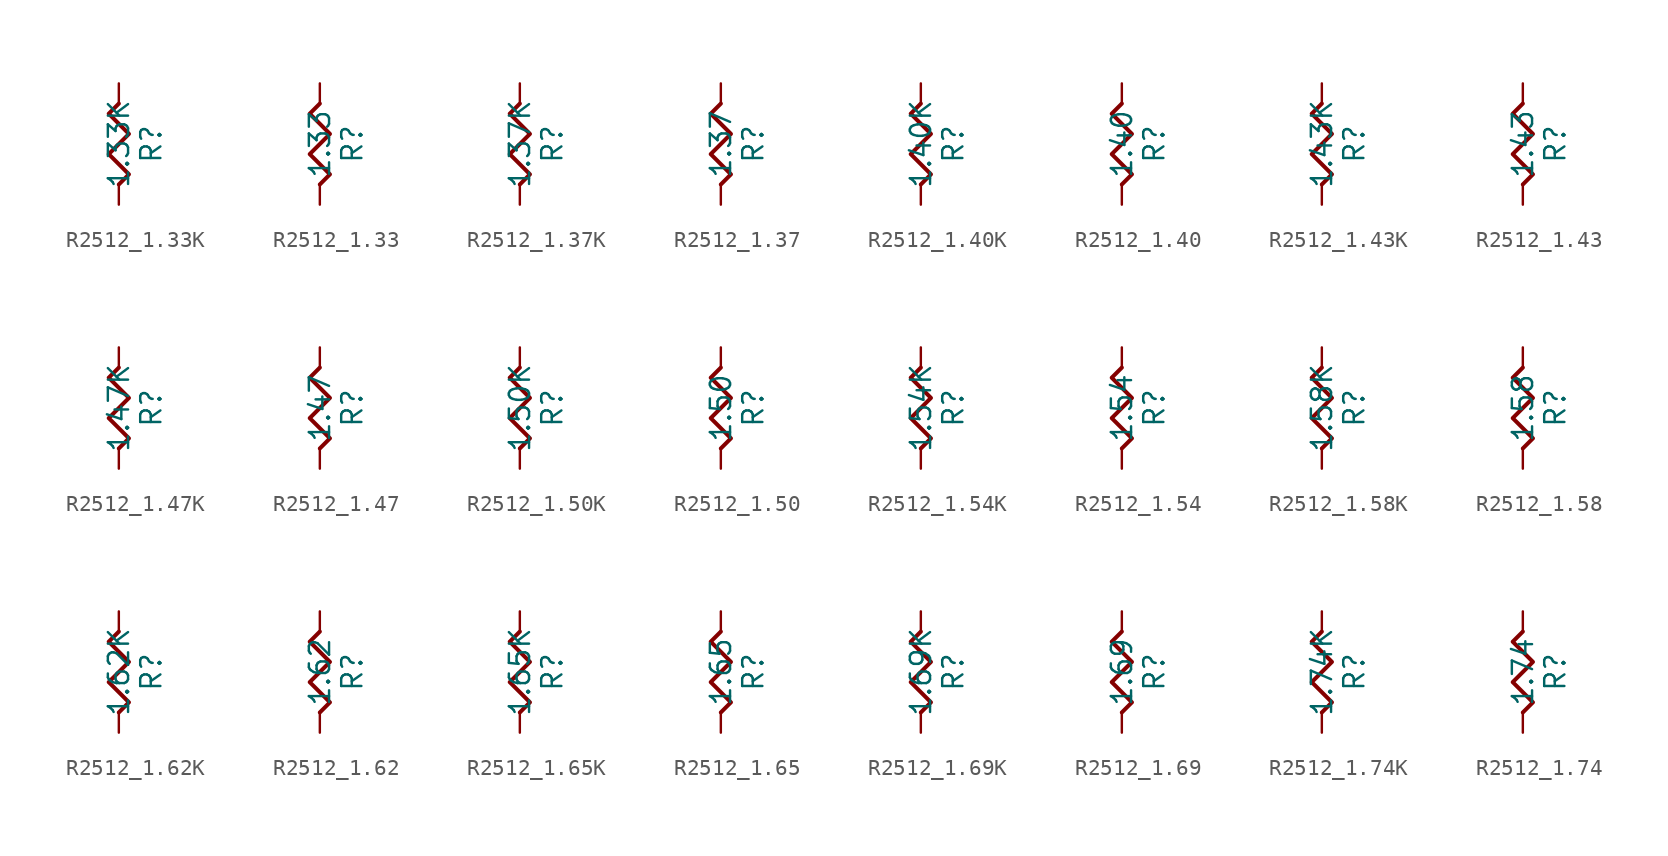
<source format=kicad_sym>
(kicad_symbol_lib
  (version 20211014)
  (generator atlantix-eda)
  (symbol "R2512_1.33K"
    (pin_numbers hide)
    (pin_names
      (offset 0))
    (property "Reference" "R"
      (at 2.032 0 90)
      (effects (font (size 1.27 1.27))))
    (property "Value" "1.33K"
      (at 0 0 90)
      (effects (font (size 1.27 1.27))))
    (symbol "R2512_1.33K_0_1"
      (polyline (pts (xy 0 -2.54) (xy 0.635 -1.905) (xy -0.635 -0.635) (xy 0.635 0.635) (xy -0.635 1.905) (xy 0 2.54)) (stroke (width 0.254) (type default) (color 0 0 0 0)) (fill (type none))))
    (symbol "R2512_1.33K_1_1"
      (pin passive line (at 0 3.81 270) (length 1.27) (name "~" (effects (font (size 1.27 1.27)))) (number "1" (effects (font (size 1.27 1.27)))))
      (pin passive line (at 0 -3.81 90) (length 1.27) (name "~" (effects (font (size 1.27 1.27)))) (number "2" (effects (font (size 1.27 1.27)))))))
  (symbol "R2512_1.33"
    (pin_numbers hide)
    (pin_names
      (offset 0))
    (property "Reference" "R"
      (at 2.032 0 90)
      (effects (font (size 1.27 1.27))))
    (property "Value" "1.33"
      (at 0 0 90)
      (effects (font (size 1.27 1.27))))
    (symbol "R2512_1.33_0_1"
      (polyline (pts (xy 0 -2.54) (xy 0.635 -1.905) (xy -0.635 -0.635) (xy 0.635 0.635) (xy -0.635 1.905) (xy 0 2.54)) (stroke (width 0.254) (type default) (color 0 0 0 0)) (fill (type none))))
    (symbol "R2512_1.33_1_1"
      (pin passive line (at 0 3.81 270) (length 1.27) (name "~" (effects (font (size 1.27 1.27)))) (number "1" (effects (font (size 1.27 1.27)))))
      (pin passive line (at 0 -3.81 90) (length 1.27) (name "~" (effects (font (size 1.27 1.27)))) (number "2" (effects (font (size 1.27 1.27)))))))
  (symbol "R2512_1.37K"
    (pin_numbers hide)
    (pin_names
      (offset 0))
    (property "Reference" "R"
      (at 2.032 0 90)
      (effects (font (size 1.27 1.27))))
    (property "Value" "1.37K"
      (at 0 0 90)
      (effects (font (size 1.27 1.27))))
    (symbol "R2512_1.37K_0_1"
      (polyline (pts (xy 0 -2.54) (xy 0.635 -1.905) (xy -0.635 -0.635) (xy 0.635 0.635) (xy -0.635 1.905) (xy 0 2.54)) (stroke (width 0.254) (type default) (color 0 0 0 0)) (fill (type none))))
    (symbol "R2512_1.37K_1_1"
      (pin passive line (at 0 3.81 270) (length 1.27) (name "~" (effects (font (size 1.27 1.27)))) (number "1" (effects (font (size 1.27 1.27)))))
      (pin passive line (at 0 -3.81 90) (length 1.27) (name "~" (effects (font (size 1.27 1.27)))) (number "2" (effects (font (size 1.27 1.27)))))))
  (symbol "R2512_1.37"
    (pin_numbers hide)
    (pin_names
      (offset 0))
    (property "Reference" "R"
      (at 2.032 0 90)
      (effects (font (size 1.27 1.27))))
    (property "Value" "1.37"
      (at 0 0 90)
      (effects (font (size 1.27 1.27))))
    (symbol "R2512_1.37_0_1"
      (polyline (pts (xy 0 -2.54) (xy 0.635 -1.905) (xy -0.635 -0.635) (xy 0.635 0.635) (xy -0.635 1.905) (xy 0 2.54)) (stroke (width 0.254) (type default) (color 0 0 0 0)) (fill (type none))))
    (symbol "R2512_1.37_1_1"
      (pin passive line (at 0 3.81 270) (length 1.27) (name "~" (effects (font (size 1.27 1.27)))) (number "1" (effects (font (size 1.27 1.27)))))
      (pin passive line (at 0 -3.81 90) (length 1.27) (name "~" (effects (font (size 1.27 1.27)))) (number "2" (effects (font (size 1.27 1.27)))))))
  (symbol "R2512_1.40K"
    (pin_numbers hide)
    (pin_names
      (offset 0))
    (property "Reference" "R"
      (at 2.032 0 90)
      (effects (font (size 1.27 1.27))))
    (property "Value" "1.40K"
      (at 0 0 90)
      (effects (font (size 1.27 1.27))))
    (symbol "R2512_1.40K_0_1"
      (polyline (pts (xy 0 -2.54) (xy 0.635 -1.905) (xy -0.635 -0.635) (xy 0.635 0.635) (xy -0.635 1.905) (xy 0 2.54)) (stroke (width 0.254) (type default) (color 0 0 0 0)) (fill (type none))))
    (symbol "R2512_1.40K_1_1"
      (pin passive line (at 0 3.81 270) (length 1.27) (name "~" (effects (font (size 1.27 1.27)))) (number "1" (effects (font (size 1.27 1.27)))))
      (pin passive line (at 0 -3.81 90) (length 1.27) (name "~" (effects (font (size 1.27 1.27)))) (number "2" (effects (font (size 1.27 1.27)))))))
  (symbol "R2512_1.40"
    (pin_numbers hide)
    (pin_names
      (offset 0))
    (property "Reference" "R"
      (at 2.032 0 90)
      (effects (font (size 1.27 1.27))))
    (property "Value" "1.40"
      (at 0 0 90)
      (effects (font (size 1.27 1.27))))
    (symbol "R2512_1.40_0_1"
      (polyline (pts (xy 0 -2.54) (xy 0.635 -1.905) (xy -0.635 -0.635) (xy 0.635 0.635) (xy -0.635 1.905) (xy 0 2.54)) (stroke (width 0.254) (type default) (color 0 0 0 0)) (fill (type none))))
    (symbol "R2512_1.40_1_1"
      (pin passive line (at 0 3.81 270) (length 1.27) (name "~" (effects (font (size 1.27 1.27)))) (number "1" (effects (font (size 1.27 1.27)))))
      (pin passive line (at 0 -3.81 90) (length 1.27) (name "~" (effects (font (size 1.27 1.27)))) (number "2" (effects (font (size 1.27 1.27)))))))
  (symbol "R2512_1.43K"
    (pin_numbers hide)
    (pin_names
      (offset 0))
    (property "Reference" "R"
      (at 2.032 0 90)
      (effects (font (size 1.27 1.27))))
    (property "Value" "1.43K"
      (at 0 0 90)
      (effects (font (size 1.27 1.27))))
    (symbol "R2512_1.43K_0_1"
      (polyline (pts (xy 0 -2.54) (xy 0.635 -1.905) (xy -0.635 -0.635) (xy 0.635 0.635) (xy -0.635 1.905) (xy 0 2.54)) (stroke (width 0.254) (type default) (color 0 0 0 0)) (fill (type none))))
    (symbol "R2512_1.43K_1_1"
      (pin passive line (at 0 3.81 270) (length 1.27) (name "~" (effects (font (size 1.27 1.27)))) (number "1" (effects (font (size 1.27 1.27)))))
      (pin passive line (at 0 -3.81 90) (length 1.27) (name "~" (effects (font (size 1.27 1.27)))) (number "2" (effects (font (size 1.27 1.27)))))))
  (symbol "R2512_1.43"
    (pin_numbers hide)
    (pin_names
      (offset 0))
    (property "Reference" "R"
      (at 2.032 0 90)
      (effects (font (size 1.27 1.27))))
    (property "Value" "1.43"
      (at 0 0 90)
      (effects (font (size 1.27 1.27))))
    (symbol "R2512_1.43_0_1"
      (polyline (pts (xy 0 -2.54) (xy 0.635 -1.905) (xy -0.635 -0.635) (xy 0.635 0.635) (xy -0.635 1.905) (xy 0 2.54)) (stroke (width 0.254) (type default) (color 0 0 0 0)) (fill (type none))))
    (symbol "R2512_1.43_1_1"
      (pin passive line (at 0 3.81 270) (length 1.27) (name "~" (effects (font (size 1.27 1.27)))) (number "1" (effects (font (size 1.27 1.27)))))
      (pin passive line (at 0 -3.81 90) (length 1.27) (name "~" (effects (font (size 1.27 1.27)))) (number "2" (effects (font (size 1.27 1.27)))))))
  (symbol "R2512_1.47K"
    (pin_numbers hide)
    (pin_names
      (offset 0))
    (property "Reference" "R"
      (at 2.032 0 90)
      (effects (font (size 1.27 1.27))))
    (property "Value" "1.47K"
      (at 0 0 90)
      (effects (font (size 1.27 1.27))))
    (symbol "R2512_1.47K_0_1"
      (polyline (pts (xy 0 -2.54) (xy 0.635 -1.905) (xy -0.635 -0.635) (xy 0.635 0.635) (xy -0.635 1.905) (xy 0 2.54)) (stroke (width 0.254) (type default) (color 0 0 0 0)) (fill (type none))))
    (symbol "R2512_1.47K_1_1"
      (pin passive line (at 0 3.81 270) (length 1.27) (name "~" (effects (font (size 1.27 1.27)))) (number "1" (effects (font (size 1.27 1.27)))))
      (pin passive line (at 0 -3.81 90) (length 1.27) (name "~" (effects (font (size 1.27 1.27)))) (number "2" (effects (font (size 1.27 1.27)))))))
  (symbol "R2512_1.47"
    (pin_numbers hide)
    (pin_names
      (offset 0))
    (property "Reference" "R"
      (at 2.032 0 90)
      (effects (font (size 1.27 1.27))))
    (property "Value" "1.47"
      (at 0 0 90)
      (effects (font (size 1.27 1.27))))
    (symbol "R2512_1.47_0_1"
      (polyline (pts (xy 0 -2.54) (xy 0.635 -1.905) (xy -0.635 -0.635) (xy 0.635 0.635) (xy -0.635 1.905) (xy 0 2.54)) (stroke (width 0.254) (type default) (color 0 0 0 0)) (fill (type none))))
    (symbol "R2512_1.47_1_1"
      (pin passive line (at 0 3.81 270) (length 1.27) (name "~" (effects (font (size 1.27 1.27)))) (number "1" (effects (font (size 1.27 1.27)))))
      (pin passive line (at 0 -3.81 90) (length 1.27) (name "~" (effects (font (size 1.27 1.27)))) (number "2" (effects (font (size 1.27 1.27)))))))
  (symbol "R2512_1.50K"
    (pin_numbers hide)
    (pin_names
      (offset 0))
    (property "Reference" "R"
      (at 2.032 0 90)
      (effects (font (size 1.27 1.27))))
    (property "Value" "1.50K"
      (at 0 0 90)
      (effects (font (size 1.27 1.27))))
    (symbol "R2512_1.50K_0_1"
      (polyline (pts (xy 0 -2.54) (xy 0.635 -1.905) (xy -0.635 -0.635) (xy 0.635 0.635) (xy -0.635 1.905) (xy 0 2.54)) (stroke (width 0.254) (type default) (color 0 0 0 0)) (fill (type none))))
    (symbol "R2512_1.50K_1_1"
      (pin passive line (at 0 3.81 270) (length 1.27) (name "~" (effects (font (size 1.27 1.27)))) (number "1" (effects (font (size 1.27 1.27)))))
      (pin passive line (at 0 -3.81 90) (length 1.27) (name "~" (effects (font (size 1.27 1.27)))) (number "2" (effects (font (size 1.27 1.27)))))))
  (symbol "R2512_1.50"
    (pin_numbers hide)
    (pin_names
      (offset 0))
    (property "Reference" "R"
      (at 2.032 0 90)
      (effects (font (size 1.27 1.27))))
    (property "Value" "1.50"
      (at 0 0 90)
      (effects (font (size 1.27 1.27))))
    (symbol "R2512_1.50_0_1"
      (polyline (pts (xy 0 -2.54) (xy 0.635 -1.905) (xy -0.635 -0.635) (xy 0.635 0.635) (xy -0.635 1.905) (xy 0 2.54)) (stroke (width 0.254) (type default) (color 0 0 0 0)) (fill (type none))))
    (symbol "R2512_1.50_1_1"
      (pin passive line (at 0 3.81 270) (length 1.27) (name "~" (effects (font (size 1.27 1.27)))) (number "1" (effects (font (size 1.27 1.27)))))
      (pin passive line (at 0 -3.81 90) (length 1.27) (name "~" (effects (font (size 1.27 1.27)))) (number "2" (effects (font (size 1.27 1.27)))))))
  (symbol "R2512_1.54K"
    (pin_numbers hide)
    (pin_names
      (offset 0))
    (property "Reference" "R"
      (at 2.032 0 90)
      (effects (font (size 1.27 1.27))))
    (property "Value" "1.54K"
      (at 0 0 90)
      (effects (font (size 1.27 1.27))))
    (symbol "R2512_1.54K_0_1"
      (polyline (pts (xy 0 -2.54) (xy 0.635 -1.905) (xy -0.635 -0.635) (xy 0.635 0.635) (xy -0.635 1.905) (xy 0 2.54)) (stroke (width 0.254) (type default) (color 0 0 0 0)) (fill (type none))))
    (symbol "R2512_1.54K_1_1"
      (pin passive line (at 0 3.81 270) (length 1.27) (name "~" (effects (font (size 1.27 1.27)))) (number "1" (effects (font (size 1.27 1.27)))))
      (pin passive line (at 0 -3.81 90) (length 1.27) (name "~" (effects (font (size 1.27 1.27)))) (number "2" (effects (font (size 1.27 1.27)))))))
  (symbol "R2512_1.54"
    (pin_numbers hide)
    (pin_names
      (offset 0))
    (property "Reference" "R"
      (at 2.032 0 90)
      (effects (font (size 1.27 1.27))))
    (property "Value" "1.54"
      (at 0 0 90)
      (effects (font (size 1.27 1.27))))
    (symbol "R2512_1.54_0_1"
      (polyline (pts (xy 0 -2.54) (xy 0.635 -1.905) (xy -0.635 -0.635) (xy 0.635 0.635) (xy -0.635 1.905) (xy 0 2.54)) (stroke (width 0.254) (type default) (color 0 0 0 0)) (fill (type none))))
    (symbol "R2512_1.54_1_1"
      (pin passive line (at 0 3.81 270) (length 1.27) (name "~" (effects (font (size 1.27 1.27)))) (number "1" (effects (font (size 1.27 1.27)))))
      (pin passive line (at 0 -3.81 90) (length 1.27) (name "~" (effects (font (size 1.27 1.27)))) (number "2" (effects (font (size 1.27 1.27)))))))
  (symbol "R2512_1.58K"
    (pin_numbers hide)
    (pin_names
      (offset 0))
    (property "Reference" "R"
      (at 2.032 0 90)
      (effects (font (size 1.27 1.27))))
    (property "Value" "1.58K"
      (at 0 0 90)
      (effects (font (size 1.27 1.27))))
    (symbol "R2512_1.58K_0_1"
      (polyline (pts (xy 0 -2.54) (xy 0.635 -1.905) (xy -0.635 -0.635) (xy 0.635 0.635) (xy -0.635 1.905) (xy 0 2.54)) (stroke (width 0.254) (type default) (color 0 0 0 0)) (fill (type none))))
    (symbol "R2512_1.58K_1_1"
      (pin passive line (at 0 3.81 270) (length 1.27) (name "~" (effects (font (size 1.27 1.27)))) (number "1" (effects (font (size 1.27 1.27)))))
      (pin passive line (at 0 -3.81 90) (length 1.27) (name "~" (effects (font (size 1.27 1.27)))) (number "2" (effects (font (size 1.27 1.27)))))))
  (symbol "R2512_1.58"
    (pin_numbers hide)
    (pin_names
      (offset 0))
    (property "Reference" "R"
      (at 2.032 0 90)
      (effects (font (size 1.27 1.27))))
    (property "Value" "1.58"
      (at 0 0 90)
      (effects (font (size 1.27 1.27))))
    (symbol "R2512_1.58_0_1"
      (polyline (pts (xy 0 -2.54) (xy 0.635 -1.905) (xy -0.635 -0.635) (xy 0.635 0.635) (xy -0.635 1.905) (xy 0 2.54)) (stroke (width 0.254) (type default) (color 0 0 0 0)) (fill (type none))))
    (symbol "R2512_1.58_1_1"
      (pin passive line (at 0 3.81 270) (length 1.27) (name "~" (effects (font (size 1.27 1.27)))) (number "1" (effects (font (size 1.27 1.27)))))
      (pin passive line (at 0 -3.81 90) (length 1.27) (name "~" (effects (font (size 1.27 1.27)))) (number "2" (effects (font (size 1.27 1.27)))))))
  (symbol "R2512_1.62K"
    (pin_numbers hide)
    (pin_names
      (offset 0))
    (property "Reference" "R"
      (at 2.032 0 90)
      (effects (font (size 1.27 1.27))))
    (property "Value" "1.62K"
      (at 0 0 90)
      (effects (font (size 1.27 1.27))))
    (symbol "R2512_1.62K_0_1"
      (polyline (pts (xy 0 -2.54) (xy 0.635 -1.905) (xy -0.635 -0.635) (xy 0.635 0.635) (xy -0.635 1.905) (xy 0 2.54)) (stroke (width 0.254) (type default) (color 0 0 0 0)) (fill (type none))))
    (symbol "R2512_1.62K_1_1"
      (pin passive line (at 0 3.81 270) (length 1.27) (name "~" (effects (font (size 1.27 1.27)))) (number "1" (effects (font (size 1.27 1.27)))))
      (pin passive line (at 0 -3.81 90) (length 1.27) (name "~" (effects (font (size 1.27 1.27)))) (number "2" (effects (font (size 1.27 1.27)))))))
  (symbol "R2512_1.62"
    (pin_numbers hide)
    (pin_names
      (offset 0))
    (property "Reference" "R"
      (at 2.032 0 90)
      (effects (font (size 1.27 1.27))))
    (property "Value" "1.62"
      (at 0 0 90)
      (effects (font (size 1.27 1.27))))
    (symbol "R2512_1.62_0_1"
      (polyline (pts (xy 0 -2.54) (xy 0.635 -1.905) (xy -0.635 -0.635) (xy 0.635 0.635) (xy -0.635 1.905) (xy 0 2.54)) (stroke (width 0.254) (type default) (color 0 0 0 0)) (fill (type none))))
    (symbol "R2512_1.62_1_1"
      (pin passive line (at 0 3.81 270) (length 1.27) (name "~" (effects (font (size 1.27 1.27)))) (number "1" (effects (font (size 1.27 1.27)))))
      (pin passive line (at 0 -3.81 90) (length 1.27) (name "~" (effects (font (size 1.27 1.27)))) (number "2" (effects (font (size 1.27 1.27)))))))
  (symbol "R2512_1.65K"
    (pin_numbers hide)
    (pin_names
      (offset 0))
    (property "Reference" "R"
      (at 2.032 0 90)
      (effects (font (size 1.27 1.27))))
    (property "Value" "1.65K"
      (at 0 0 90)
      (effects (font (size 1.27 1.27))))
    (symbol "R2512_1.65K_0_1"
      (polyline (pts (xy 0 -2.54) (xy 0.635 -1.905) (xy -0.635 -0.635) (xy 0.635 0.635) (xy -0.635 1.905) (xy 0 2.54)) (stroke (width 0.254) (type default) (color 0 0 0 0)) (fill (type none))))
    (symbol "R2512_1.65K_1_1"
      (pin passive line (at 0 3.81 270) (length 1.27) (name "~" (effects (font (size 1.27 1.27)))) (number "1" (effects (font (size 1.27 1.27)))))
      (pin passive line (at 0 -3.81 90) (length 1.27) (name "~" (effects (font (size 1.27 1.27)))) (number "2" (effects (font (size 1.27 1.27)))))))
  (symbol "R2512_1.65"
    (pin_numbers hide)
    (pin_names
      (offset 0))
    (property "Reference" "R"
      (at 2.032 0 90)
      (effects (font (size 1.27 1.27))))
    (property "Value" "1.65"
      (at 0 0 90)
      (effects (font (size 1.27 1.27))))
    (symbol "R2512_1.65_0_1"
      (polyline (pts (xy 0 -2.54) (xy 0.635 -1.905) (xy -0.635 -0.635) (xy 0.635 0.635) (xy -0.635 1.905) (xy 0 2.54)) (stroke (width 0.254) (type default) (color 0 0 0 0)) (fill (type none))))
    (symbol "R2512_1.65_1_1"
      (pin passive line (at 0 3.81 270) (length 1.27) (name "~" (effects (font (size 1.27 1.27)))) (number "1" (effects (font (size 1.27 1.27)))))
      (pin passive line (at 0 -3.81 90) (length 1.27) (name "~" (effects (font (size 1.27 1.27)))) (number "2" (effects (font (size 1.27 1.27)))))))
  (symbol "R2512_1.69K"
    (pin_numbers hide)
    (pin_names
      (offset 0))
    (property "Reference" "R"
      (at 2.032 0 90)
      (effects (font (size 1.27 1.27))))
    (property "Value" "1.69K"
      (at 0 0 90)
      (effects (font (size 1.27 1.27))))
    (symbol "R2512_1.69K_0_1"
      (polyline (pts (xy 0 -2.54) (xy 0.635 -1.905) (xy -0.635 -0.635) (xy 0.635 0.635) (xy -0.635 1.905) (xy 0 2.54)) (stroke (width 0.254) (type default) (color 0 0 0 0)) (fill (type none))))
    (symbol "R2512_1.69K_1_1"
      (pin passive line (at 0 3.81 270) (length 1.27) (name "~" (effects (font (size 1.27 1.27)))) (number "1" (effects (font (size 1.27 1.27)))))
      (pin passive line (at 0 -3.81 90) (length 1.27) (name "~" (effects (font (size 1.27 1.27)))) (number "2" (effects (font (size 1.27 1.27)))))))
  (symbol "R2512_1.69"
    (pin_numbers hide)
    (pin_names
      (offset 0))
    (property "Reference" "R"
      (at 2.032 0 90)
      (effects (font (size 1.27 1.27))))
    (property "Value" "1.69"
      (at 0 0 90)
      (effects (font (size 1.27 1.27))))
    (symbol "R2512_1.69_0_1"
      (polyline (pts (xy 0 -2.54) (xy 0.635 -1.905) (xy -0.635 -0.635) (xy 0.635 0.635) (xy -0.635 1.905) (xy 0 2.54)) (stroke (width 0.254) (type default) (color 0 0 0 0)) (fill (type none))))
    (symbol "R2512_1.69_1_1"
      (pin passive line (at 0 3.81 270) (length 1.27) (name "~" (effects (font (size 1.27 1.27)))) (number "1" (effects (font (size 1.27 1.27)))))
      (pin passive line (at 0 -3.81 90) (length 1.27) (name "~" (effects (font (size 1.27 1.27)))) (number "2" (effects (font (size 1.27 1.27)))))))
  (symbol "R2512_1.74K"
    (pin_numbers hide)
    (pin_names
      (offset 0))
    (property "Reference" "R"
      (at 2.032 0 90)
      (effects (font (size 1.27 1.27))))
    (property "Value" "1.74K"
      (at 0 0 90)
      (effects (font (size 1.27 1.27))))
    (symbol "R2512_1.74K_0_1"
      (polyline (pts (xy 0 -2.54) (xy 0.635 -1.905) (xy -0.635 -0.635) (xy 0.635 0.635) (xy -0.635 1.905) (xy 0 2.54)) (stroke (width 0.254) (type default) (color 0 0 0 0)) (fill (type none))))
    (symbol "R2512_1.74K_1_1"
      (pin passive line (at 0 3.81 270) (length 1.27) (name "~" (effects (font (size 1.27 1.27)))) (number "1" (effects (font (size 1.27 1.27)))))
      (pin passive line (at 0 -3.81 90) (length 1.27) (name "~" (effects (font (size 1.27 1.27)))) (number "2" (effects (font (size 1.27 1.27)))))))
  (symbol "R2512_1.74"
    (pin_numbers hide)
    (pin_names
      (offset 0))
    (property "Reference" "R"
      (at 2.032 0 90)
      (effects (font (size 1.27 1.27))))
    (property "Value" "1.74"
      (at 0 0 90)
      (effects (font (size 1.27 1.27))))
    (symbol "R2512_1.74_0_1"
      (polyline (pts (xy 0 -2.54) (xy 0.635 -1.905) (xy -0.635 -0.635) (xy 0.635 0.635) (xy -0.635 1.905) (xy 0 2.54)) (stroke (width 0.254) (type default) (color 0 0 0 0)) (fill (type none))))
    (symbol "R2512_1.74_1_1"
      (pin passive line (at 0 3.81 270) (length 1.27) (name "~" (effects (font (size 1.27 1.27)))) (number "1" (effects (font (size 1.27 1.27)))))
      (pin passive line (at 0 -3.81 90) (length 1.27) (name "~" (effects (font (size 1.27 1.27)))) (number "2" (effects (font (size 1.27 1.27))))))))
</source>
